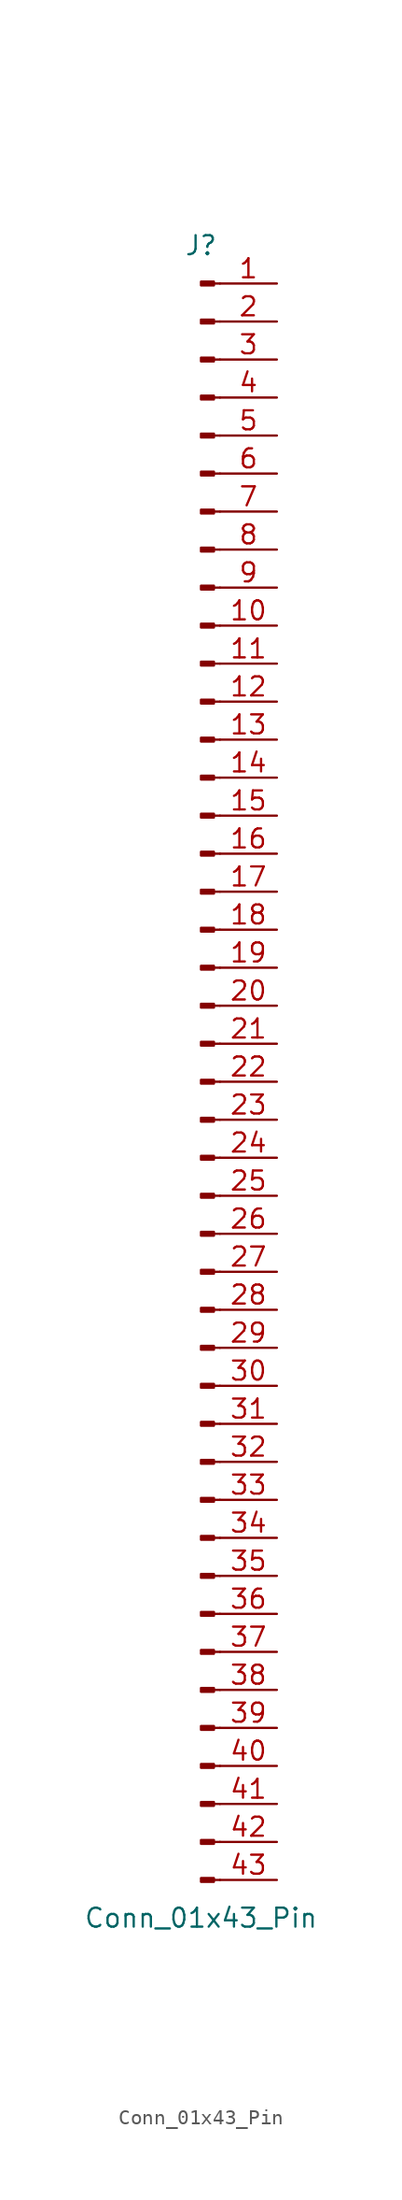
<source format=kicad_sym>
(kicad_symbol_lib
  (version 20220914)
  (generator kicad_symbol_editor)
  (symbol "Conn_01x43_Pin"
    (pin_names
      (offset 1.016) hide)
    (property "Reference" "J"
      (at 0 55.88 0)
      (effects (font (size 1.27 1.27))))
    (property "Value" "Conn_01x43_Pin"
      (at 0 -55.88 0)
      (effects (font (size 1.27 1.27))))
    (property "ki_locked" ""
      (at 0 0 0)
      (effects (font (size 1.27 1.27))))
    (symbol "Conn_01x43_Pin_1_1"
      (polyline (pts (xy 1.27 -53.34) (xy 0.864 -53.34)) (stroke (width 0.152) (type default)) (fill (type none)))
      (polyline (pts (xy 1.27 -50.8) (xy 0.864 -50.8)) (stroke (width 0.152) (type default)) (fill (type none)))
      (polyline (pts (xy 1.27 -48.26) (xy 0.864 -48.26)) (stroke (width 0.152) (type default)) (fill (type none)))
      (polyline (pts (xy 1.27 -45.72) (xy 0.864 -45.72)) (stroke (width 0.152) (type default)) (fill (type none)))
      (polyline (pts (xy 1.27 -43.18) (xy 0.864 -43.18)) (stroke (width 0.152) (type default)) (fill (type none)))
      (polyline (pts (xy 1.27 -40.64) (xy 0.864 -40.64)) (stroke (width 0.152) (type default)) (fill (type none)))
      (polyline (pts (xy 1.27 -38.1) (xy 0.864 -38.1)) (stroke (width 0.152) (type default)) (fill (type none)))
      (polyline (pts (xy 1.27 -35.56) (xy 0.864 -35.56)) (stroke (width 0.152) (type default)) (fill (type none)))
      (polyline (pts (xy 1.27 -33.02) (xy 0.864 -33.02)) (stroke (width 0.152) (type default)) (fill (type none)))
      (polyline (pts (xy 1.27 -30.48) (xy 0.864 -30.48)) (stroke (width 0.152) (type default)) (fill (type none)))
      (polyline (pts (xy 1.27 -27.94) (xy 0.864 -27.94)) (stroke (width 0.152) (type default)) (fill (type none)))
      (polyline (pts (xy 1.27 -25.4) (xy 0.864 -25.4)) (stroke (width 0.152) (type default)) (fill (type none)))
      (polyline (pts (xy 1.27 -22.86) (xy 0.864 -22.86)) (stroke (width 0.152) (type default)) (fill (type none)))
      (polyline (pts (xy 1.27 -20.32) (xy 0.864 -20.32)) (stroke (width 0.152) (type default)) (fill (type none)))
      (polyline (pts (xy 1.27 -17.78) (xy 0.864 -17.78)) (stroke (width 0.152) (type default)) (fill (type none)))
      (polyline (pts (xy 1.27 -15.24) (xy 0.864 -15.24)) (stroke (width 0.152) (type default)) (fill (type none)))
      (polyline (pts (xy 1.27 -12.7) (xy 0.864 -12.7)) (stroke (width 0.152) (type default)) (fill (type none)))
      (polyline (pts (xy 1.27 -10.16) (xy 0.864 -10.16)) (stroke (width 0.152) (type default)) (fill (type none)))
      (polyline (pts (xy 1.27 -7.62) (xy 0.864 -7.62)) (stroke (width 0.152) (type default)) (fill (type none)))
      (polyline (pts (xy 1.27 -5.08) (xy 0.864 -5.08)) (stroke (width 0.152) (type default)) (fill (type none)))
      (polyline (pts (xy 1.27 -2.54) (xy 0.864 -2.54)) (stroke (width 0.152) (type default)) (fill (type none)))
      (polyline (pts (xy 1.27 0) (xy 0.864 0)) (stroke (width 0.152) (type default)) (fill (type none)))
      (polyline (pts (xy 1.27 2.54) (xy 0.864 2.54)) (stroke (width 0.152) (type default)) (fill (type none)))
      (polyline (pts (xy 1.27 5.08) (xy 0.864 5.08)) (stroke (width 0.152) (type default)) (fill (type none)))
      (polyline (pts (xy 1.27 7.62) (xy 0.864 7.62)) (stroke (width 0.152) (type default)) (fill (type none)))
      (polyline (pts (xy 1.27 10.16) (xy 0.864 10.16)) (stroke (width 0.152) (type default)) (fill (type none)))
      (polyline (pts (xy 1.27 12.7) (xy 0.864 12.7)) (stroke (width 0.152) (type default)) (fill (type none)))
      (polyline (pts (xy 1.27 15.24) (xy 0.864 15.24)) (stroke (width 0.152) (type default)) (fill (type none)))
      (polyline (pts (xy 1.27 17.78) (xy 0.864 17.78)) (stroke (width 0.152) (type default)) (fill (type none)))
      (polyline (pts (xy 1.27 20.32) (xy 0.864 20.32)) (stroke (width 0.152) (type default)) (fill (type none)))
      (polyline (pts (xy 1.27 22.86) (xy 0.864 22.86)) (stroke (width 0.152) (type default)) (fill (type none)))
      (polyline (pts (xy 1.27 25.4) (xy 0.864 25.4)) (stroke (width 0.152) (type default)) (fill (type none)))
      (polyline (pts (xy 1.27 27.94) (xy 0.864 27.94)) (stroke (width 0.152) (type default)) (fill (type none)))
      (polyline (pts (xy 1.27 30.48) (xy 0.864 30.48)) (stroke (width 0.152) (type default)) (fill (type none)))
      (polyline (pts (xy 1.27 33.02) (xy 0.864 33.02)) (stroke (width 0.152) (type default)) (fill (type none)))
      (polyline (pts (xy 1.27 35.56) (xy 0.864 35.56)) (stroke (width 0.152) (type default)) (fill (type none)))
      (polyline (pts (xy 1.27 38.1) (xy 0.864 38.1)) (stroke (width 0.152) (type default)) (fill (type none)))
      (polyline (pts (xy 1.27 40.64) (xy 0.864 40.64)) (stroke (width 0.152) (type default)) (fill (type none)))
      (polyline (pts (xy 1.27 43.18) (xy 0.864 43.18)) (stroke (width 0.152) (type default)) (fill (type none)))
      (polyline (pts (xy 1.27 45.72) (xy 0.864 45.72)) (stroke (width 0.152) (type default)) (fill (type none)))
      (polyline (pts (xy 1.27 48.26) (xy 0.864 48.26)) (stroke (width 0.152) (type default)) (fill (type none)))
      (polyline (pts (xy 1.27 50.8) (xy 0.864 50.8)) (stroke (width 0.152) (type default)) (fill (type none)))
      (polyline (pts (xy 1.27 53.34) (xy 0.864 53.34)) (stroke (width 0.152) (type default)) (fill (type none)))
      (rectangle (start 0.864 -53.213) (end 0 -53.467) (stroke (width 0.152) (type default)) (fill (type outline)))
      (rectangle (start 0.864 -50.673) (end 0 -50.927) (stroke (width 0.152) (type default)) (fill (type outline)))
      (rectangle (start 0.864 -48.133) (end 0 -48.387) (stroke (width 0.152) (type default)) (fill (type outline)))
      (rectangle (start 0.864 -45.593) (end 0 -45.847) (stroke (width 0.152) (type default)) (fill (type outline)))
      (rectangle (start 0.864 -43.053) (end 0 -43.307) (stroke (width 0.152) (type default)) (fill (type outline)))
      (rectangle (start 0.864 -40.513) (end 0 -40.767) (stroke (width 0.152) (type default)) (fill (type outline)))
      (rectangle (start 0.864 -37.973) (end 0 -38.227) (stroke (width 0.152) (type default)) (fill (type outline)))
      (rectangle (start 0.864 -35.433) (end 0 -35.687) (stroke (width 0.152) (type default)) (fill (type outline)))
      (rectangle (start 0.864 -32.893) (end 0 -33.147) (stroke (width 0.152) (type default)) (fill (type outline)))
      (rectangle (start 0.864 -30.353) (end 0 -30.607) (stroke (width 0.152) (type default)) (fill (type outline)))
      (rectangle (start 0.864 -27.813) (end 0 -28.067) (stroke (width 0.152) (type default)) (fill (type outline)))
      (rectangle (start 0.864 -25.273) (end 0 -25.527) (stroke (width 0.152) (type default)) (fill (type outline)))
      (rectangle (start 0.864 -22.733) (end 0 -22.987) (stroke (width 0.152) (type default)) (fill (type outline)))
      (rectangle (start 0.864 -20.193) (end 0 -20.447) (stroke (width 0.152) (type default)) (fill (type outline)))
      (rectangle (start 0.864 -17.653) (end 0 -17.907) (stroke (width 0.152) (type default)) (fill (type outline)))
      (rectangle (start 0.864 -15.113) (end 0 -15.367) (stroke (width 0.152) (type default)) (fill (type outline)))
      (rectangle (start 0.864 -12.573) (end 0 -12.827) (stroke (width 0.152) (type default)) (fill (type outline)))
      (rectangle (start 0.864 -10.033) (end 0 -10.287) (stroke (width 0.152) (type default)) (fill (type outline)))
      (rectangle (start 0.864 -7.493) (end 0 -7.747) (stroke (width 0.152) (type default)) (fill (type outline)))
      (rectangle (start 0.864 -4.953) (end 0 -5.207) (stroke (width 0.152) (type default)) (fill (type outline)))
      (rectangle (start 0.864 -2.413) (end 0 -2.667) (stroke (width 0.152) (type default)) (fill (type outline)))
      (rectangle (start 0.864 0.127) (end 0 -0.127) (stroke (width 0.152) (type default)) (fill (type outline)))
      (rectangle (start 0.864 2.667) (end 0 2.413) (stroke (width 0.152) (type default)) (fill (type outline)))
      (rectangle (start 0.864 5.207) (end 0 4.953) (stroke (width 0.152) (type default)) (fill (type outline)))
      (rectangle (start 0.864 7.747) (end 0 7.493) (stroke (width 0.152) (type default)) (fill (type outline)))
      (rectangle (start 0.864 10.287) (end 0 10.033) (stroke (width 0.152) (type default)) (fill (type outline)))
      (rectangle (start 0.864 12.827) (end 0 12.573) (stroke (width 0.152) (type default)) (fill (type outline)))
      (rectangle (start 0.864 15.367) (end 0 15.113) (stroke (width 0.152) (type default)) (fill (type outline)))
      (rectangle (start 0.864 17.907) (end 0 17.653) (stroke (width 0.152) (type default)) (fill (type outline)))
      (rectangle (start 0.864 20.447) (end 0 20.193) (stroke (width 0.152) (type default)) (fill (type outline)))
      (rectangle (start 0.864 22.987) (end 0 22.733) (stroke (width 0.152) (type default)) (fill (type outline)))
      (rectangle (start 0.864 25.527) (end 0 25.273) (stroke (width 0.152) (type default)) (fill (type outline)))
      (rectangle (start 0.864 28.067) (end 0 27.813) (stroke (width 0.152) (type default)) (fill (type outline)))
      (rectangle (start 0.864 30.607) (end 0 30.353) (stroke (width 0.152) (type default)) (fill (type outline)))
      (rectangle (start 0.864 33.147) (end 0 32.893) (stroke (width 0.152) (type default)) (fill (type outline)))
      (rectangle (start 0.864 35.687) (end 0 35.433) (stroke (width 0.152) (type default)) (fill (type outline)))
      (rectangle (start 0.864 38.227) (end 0 37.973) (stroke (width 0.152) (type default)) (fill (type outline)))
      (rectangle (start 0.864 40.767) (end 0 40.513) (stroke (width 0.152) (type default)) (fill (type outline)))
      (rectangle (start 0.864 43.307) (end 0 43.053) (stroke (width 0.152) (type default)) (fill (type outline)))
      (rectangle (start 0.864 45.847) (end 0 45.593) (stroke (width 0.152) (type default)) (fill (type outline)))
      (rectangle (start 0.864 48.387) (end 0 48.133) (stroke (width 0.152) (type default)) (fill (type outline)))
      (rectangle (start 0.864 50.927) (end 0 50.673) (stroke (width 0.152) (type default)) (fill (type outline)))
      (rectangle (start 0.864 53.467) (end 0 53.213) (stroke (width 0.152) (type default)) (fill (type outline)))
      (pin passive line (at 5.08 53.34 180) (length 3.81) (name "Pin_1" (effects (font (size 1.27 1.27)))) (number "1" (effects (font (size 1.27 1.27)))))
      (pin passive line (at 5.08 30.48 180) (length 3.81) (name "Pin_10" (effects (font (size 1.27 1.27)))) (number "10" (effects (font (size 1.27 1.27)))))
      (pin passive line (at 5.08 27.94 180) (length 3.81) (name "Pin_11" (effects (font (size 1.27 1.27)))) (number "11" (effects (font (size 1.27 1.27)))))
      (pin passive line (at 5.08 25.4 180) (length 3.81) (name "Pin_12" (effects (font (size 1.27 1.27)))) (number "12" (effects (font (size 1.27 1.27)))))
      (pin passive line (at 5.08 22.86 180) (length 3.81) (name "Pin_13" (effects (font (size 1.27 1.27)))) (number "13" (effects (font (size 1.27 1.27)))))
      (pin passive line (at 5.08 20.32 180) (length 3.81) (name "Pin_14" (effects (font (size 1.27 1.27)))) (number "14" (effects (font (size 1.27 1.27)))))
      (pin passive line (at 5.08 17.78 180) (length 3.81) (name "Pin_15" (effects (font (size 1.27 1.27)))) (number "15" (effects (font (size 1.27 1.27)))))
      (pin passive line (at 5.08 15.24 180) (length 3.81) (name "Pin_16" (effects (font (size 1.27 1.27)))) (number "16" (effects (font (size 1.27 1.27)))))
      (pin passive line (at 5.08 12.7 180) (length 3.81) (name "Pin_17" (effects (font (size 1.27 1.27)))) (number "17" (effects (font (size 1.27 1.27)))))
      (pin passive line (at 5.08 10.16 180) (length 3.81) (name "Pin_18" (effects (font (size 1.27 1.27)))) (number "18" (effects (font (size 1.27 1.27)))))
      (pin passive line (at 5.08 7.62 180) (length 3.81) (name "Pin_19" (effects (font (size 1.27 1.27)))) (number "19" (effects (font (size 1.27 1.27)))))
      (pin passive line (at 5.08 50.8 180) (length 3.81) (name "Pin_2" (effects (font (size 1.27 1.27)))) (number "2" (effects (font (size 1.27 1.27)))))
      (pin passive line (at 5.08 5.08 180) (length 3.81) (name "Pin_20" (effects (font (size 1.27 1.27)))) (number "20" (effects (font (size 1.27 1.27)))))
      (pin passive line (at 5.08 2.54 180) (length 3.81) (name "Pin_21" (effects (font (size 1.27 1.27)))) (number "21" (effects (font (size 1.27 1.27)))))
      (pin passive line (at 5.08 0 180) (length 3.81) (name "Pin_22" (effects (font (size 1.27 1.27)))) (number "22" (effects (font (size 1.27 1.27)))))
      (pin passive line (at 5.08 -2.54 180) (length 3.81) (name "Pin_23" (effects (font (size 1.27 1.27)))) (number "23" (effects (font (size 1.27 1.27)))))
      (pin passive line (at 5.08 -5.08 180) (length 3.81) (name "Pin_24" (effects (font (size 1.27 1.27)))) (number "24" (effects (font (size 1.27 1.27)))))
      (pin passive line (at 5.08 -7.62 180) (length 3.81) (name "Pin_25" (effects (font (size 1.27 1.27)))) (number "25" (effects (font (size 1.27 1.27)))))
      (pin passive line (at 5.08 -10.16 180) (length 3.81) (name "Pin_26" (effects (font (size 1.27 1.27)))) (number "26" (effects (font (size 1.27 1.27)))))
      (pin passive line (at 5.08 -12.7 180) (length 3.81) (name "Pin_27" (effects (font (size 1.27 1.27)))) (number "27" (effects (font (size 1.27 1.27)))))
      (pin passive line (at 5.08 -15.24 180) (length 3.81) (name "Pin_28" (effects (font (size 1.27 1.27)))) (number "28" (effects (font (size 1.27 1.27)))))
      (pin passive line (at 5.08 -17.78 180) (length 3.81) (name "Pin_29" (effects (font (size 1.27 1.27)))) (number "29" (effects (font (size 1.27 1.27)))))
      (pin passive line (at 5.08 48.26 180) (length 3.81) (name "Pin_3" (effects (font (size 1.27 1.27)))) (number "3" (effects (font (size 1.27 1.27)))))
      (pin passive line (at 5.08 -20.32 180) (length 3.81) (name "Pin_30" (effects (font (size 1.27 1.27)))) (number "30" (effects (font (size 1.27 1.27)))))
      (pin passive line (at 5.08 -22.86 180) (length 3.81) (name "Pin_31" (effects (font (size 1.27 1.27)))) (number "31" (effects (font (size 1.27 1.27)))))
      (pin passive line (at 5.08 -25.4 180) (length 3.81) (name "Pin_32" (effects (font (size 1.27 1.27)))) (number "32" (effects (font (size 1.27 1.27)))))
      (pin passive line (at 5.08 -27.94 180) (length 3.81) (name "Pin_33" (effects (font (size 1.27 1.27)))) (number "33" (effects (font (size 1.27 1.27)))))
      (pin passive line (at 5.08 -30.48 180) (length 3.81) (name "Pin_34" (effects (font (size 1.27 1.27)))) (number "34" (effects (font (size 1.27 1.27)))))
      (pin passive line (at 5.08 -33.02 180) (length 3.81) (name "Pin_35" (effects (font (size 1.27 1.27)))) (number "35" (effects (font (size 1.27 1.27)))))
      (pin passive line (at 5.08 -35.56 180) (length 3.81) (name "Pin_36" (effects (font (size 1.27 1.27)))) (number "36" (effects (font (size 1.27 1.27)))))
      (pin passive line (at 5.08 -38.1 180) (length 3.81) (name "Pin_37" (effects (font (size 1.27 1.27)))) (number "37" (effects (font (size 1.27 1.27)))))
      (pin passive line (at 5.08 -40.64 180) (length 3.81) (name "Pin_38" (effects (font (size 1.27 1.27)))) (number "38" (effects (font (size 1.27 1.27)))))
      (pin passive line (at 5.08 -43.18 180) (length 3.81) (name "Pin_39" (effects (font (size 1.27 1.27)))) (number "39" (effects (font (size 1.27 1.27)))))
      (pin passive line (at 5.08 45.72 180) (length 3.81) (name "Pin_4" (effects (font (size 1.27 1.27)))) (number "4" (effects (font (size 1.27 1.27)))))
      (pin passive line (at 5.08 -45.72 180) (length 3.81) (name "Pin_40" (effects (font (size 1.27 1.27)))) (number "40" (effects (font (size 1.27 1.27)))))
      (pin passive line (at 5.08 -48.26 180) (length 3.81) (name "Pin_41" (effects (font (size 1.27 1.27)))) (number "41" (effects (font (size 1.27 1.27)))))
      (pin passive line (at 5.08 -50.8 180) (length 3.81) (name "Pin_42" (effects (font (size 1.27 1.27)))) (number "42" (effects (font (size 1.27 1.27)))))
      (pin passive line (at 5.08 -53.34 180) (length 3.81) (name "Pin_43" (effects (font (size 1.27 1.27)))) (number "43" (effects (font (size 1.27 1.27)))))
      (pin passive line (at 5.08 43.18 180) (length 3.81) (name "Pin_5" (effects (font (size 1.27 1.27)))) (number "5" (effects (font (size 1.27 1.27)))))
      (pin passive line (at 5.08 40.64 180) (length 3.81) (name "Pin_6" (effects (font (size 1.27 1.27)))) (number "6" (effects (font (size 1.27 1.27)))))
      (pin passive line (at 5.08 38.1 180) (length 3.81) (name "Pin_7" (effects (font (size 1.27 1.27)))) (number "7" (effects (font (size 1.27 1.27)))))
      (pin passive line (at 5.08 35.56 180) (length 3.81) (name "Pin_8" (effects (font (size 1.27 1.27)))) (number "8" (effects (font (size 1.27 1.27)))))
      (pin passive line (at 5.08 33.02 180) (length 3.81) (name "Pin_9" (effects (font (size 1.27 1.27)))) (number "9" (effects (font (size 1.27 1.27))))))))
</source>
